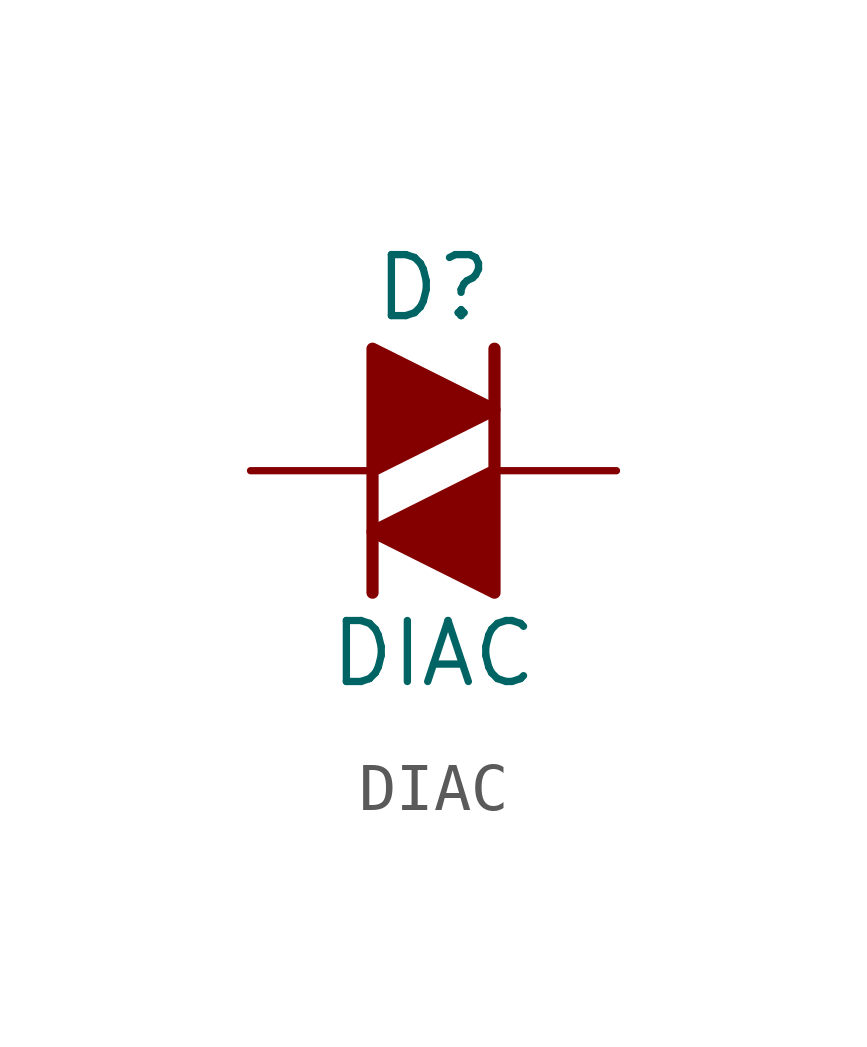
<source format=kicad_sym>
(kicad_symbol_lib
  (version 20241209)
  (generator "kicad_symbol_editor")
  (generator_version "9.0")
  (symbol "DIAC"
    (pin_numbers
      (hide yes))
    (pin_names
      (offset 1.016)
      (hide yes))
    (property "Reference" "D"
      (at 0 3.81 0)
      (effects (font (size 1.27 1.27))))
    (property "Value" "DIAC"
      (at 0 -3.81 0)
      (effects (font (size 1.27 1.27))))
    (symbol "DIAC_0_1"
      (polyline (pts (xy -1.27 -2.54) (xy -1.27 2.54) (xy 1.27 1.27) (xy -1.27 0)) (stroke (width 0.254) (type solid)) (fill (type outline)))
      (polyline (pts (xy 1.27 2.54) (xy 1.27 -2.54) (xy -1.27 -1.27) (xy 1.27 0)) (stroke (width 0.254) (type solid)) (fill (type outline))))
    (symbol "DIAC_1_1"
      (pin passive line (at -3.81 0 0) (length 2.54) (name "K" (effects (font (size 1.27 1.27)))) (number "1" (effects (font (size 1.27 1.27)))))
      (pin passive line (at 3.81 0 180) (length 2.54) (name "A" (effects (font (size 1.27 1.27)))) (number "2" (effects (font (size 1.27 1.27))))))))
</source>
